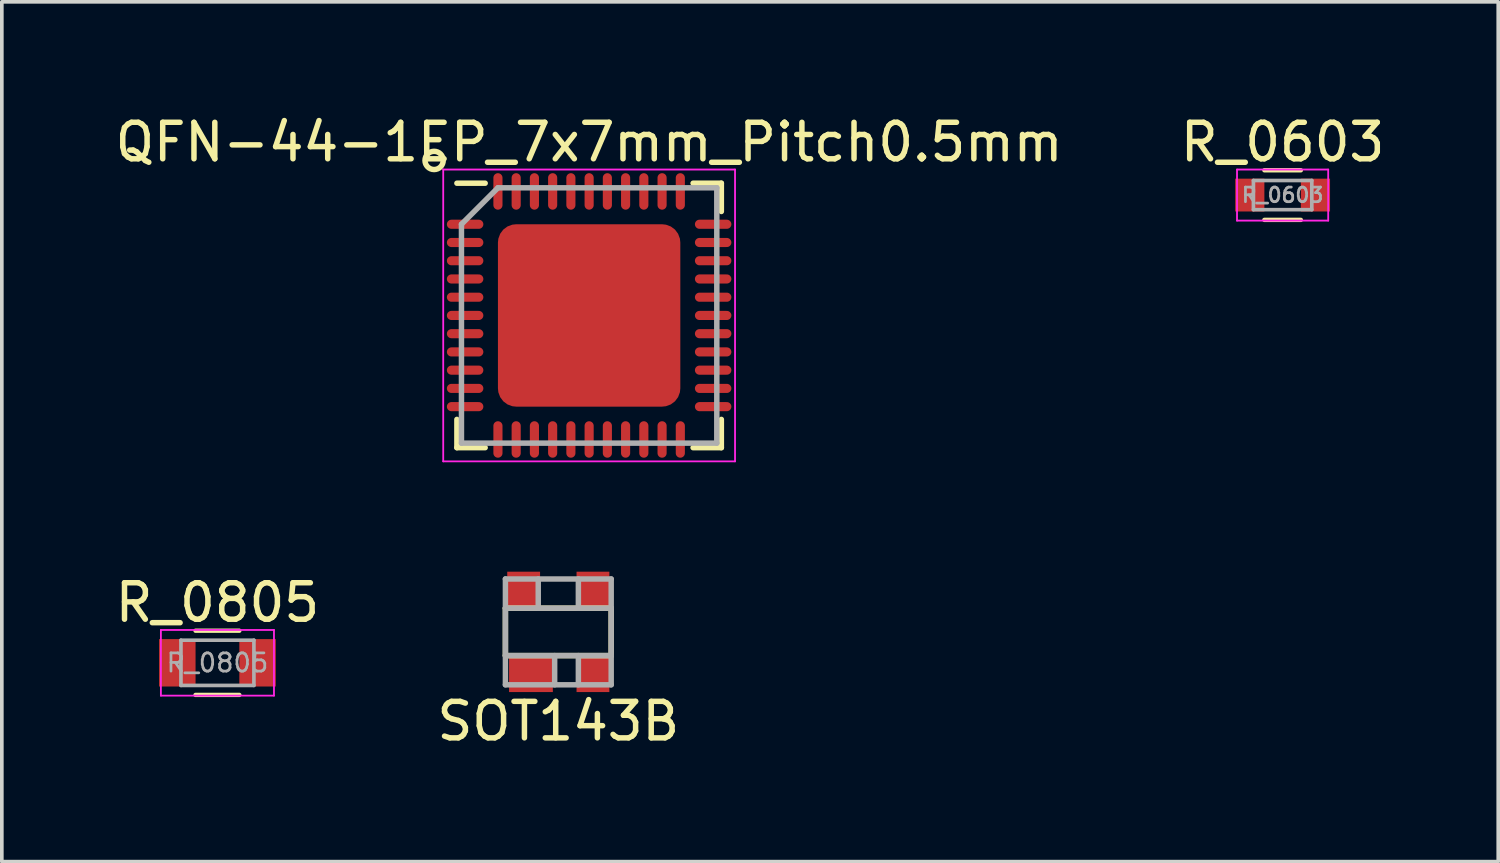
<source format=kicad_pcb>
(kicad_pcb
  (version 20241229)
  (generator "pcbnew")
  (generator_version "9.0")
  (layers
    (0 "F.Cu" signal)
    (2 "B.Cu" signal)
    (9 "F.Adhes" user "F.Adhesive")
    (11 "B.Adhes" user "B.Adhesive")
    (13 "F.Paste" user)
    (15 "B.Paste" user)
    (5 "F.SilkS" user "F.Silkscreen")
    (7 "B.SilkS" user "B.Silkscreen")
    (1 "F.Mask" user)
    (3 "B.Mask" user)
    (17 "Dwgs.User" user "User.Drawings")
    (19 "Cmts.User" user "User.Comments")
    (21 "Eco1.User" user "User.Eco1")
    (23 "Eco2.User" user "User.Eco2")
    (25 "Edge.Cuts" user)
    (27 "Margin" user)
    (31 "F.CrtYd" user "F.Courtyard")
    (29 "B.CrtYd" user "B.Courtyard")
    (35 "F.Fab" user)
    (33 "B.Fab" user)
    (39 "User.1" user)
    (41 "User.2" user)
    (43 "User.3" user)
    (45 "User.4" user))
  (footprint "R_0805"
    (layer "F.Cu")
    (at 2.911 15.121)
    (property "Reference" "R_0805" (at 0 -1.65 0) (layer "F.SilkS") (effects (font (size 1 1) (thickness 0.15))))
    (attr smd)
    (fp_line (start -0.6 -0.88) (end 0.6 -0.88) (stroke (width 0.12) (type solid)) (layer "F.SilkS"))
    (fp_line (start 0.6 0.88) (end -0.6 0.88) (stroke (width 0.12) (type solid)) (layer "F.SilkS"))
    (fp_line (start -1.55 -0.9) (end -1.55 0.9) (stroke (width 0.05) (type solid)) (layer "F.CrtYd"))
    (fp_line (start -1.55 -0.9) (end 1.55 -0.9) (stroke (width 0.05) (type solid)) (layer "F.CrtYd"))
    (fp_line (start 1.55 0.9) (end -1.55 0.9) (stroke (width 0.05) (type solid)) (layer "F.CrtYd"))
    (fp_line (start 1.55 0.9) (end 1.55 -0.9) (stroke (width 0.05) (type solid)) (layer "F.CrtYd"))
    (fp_line (start -1 -0.62) (end 1 -0.62) (stroke (width 0.1) (type solid)) (layer "F.Fab"))
    (fp_line (start -1 0.62) (end -1 -0.62) (stroke (width 0.1) (type solid)) (layer "F.Fab"))
    (fp_line (start 1 -0.62) (end 1 0.62) (stroke (width 0.1) (type solid)) (layer "F.Fab"))
    (fp_line (start 1 0.62) (end -1 0.62) (stroke (width 0.1) (type solid)) (layer "F.Fab"))
    (fp_text user "${REFERENCE}" (at 0 0 0) (layer "F.Fab") (effects (font (size 0.5 0.5) (thickness 0.075))))
    (pad "1" smd rect (at -1.1 0) (size 1 1.3) (layers "F.Cu" "F.Mask" "F.Paste"))
    (pad "2" smd rect (at 1.1 0) (size 1 1.3) (layers "F.Cu" "F.Mask" "F.Paste")))
  (footprint "SOT143B"
    (layer "F.Cu")
    (at 12.256 14.273)
    (property "Reference" "SOT143B" (at 0 2.45 0) (layer "F.SilkS") (effects (font (size 1 1) (thickness 0.15))))
    (attr smd)
    (fp_line (start -1.45 -0.65) (end -1.45 0.65) (stroke (width 0.15) (type solid)) (layer "F.SilkS"))
    (fp_line (start -1.45 -0.65) (end 1.45 -0.65) (stroke (width 0.15) (type solid)) (layer "F.SilkS"))
    (fp_line (start -1.45 0.65) (end 1.45 0.65) (stroke (width 0.15) (type solid)) (layer "F.SilkS"))
    (fp_line (start 1.45 0.65) (end 1.45 -0.65) (stroke (width 0.15) (type solid)) (layer "F.SilkS"))
    (fp_line (start -1.45 -1.45) (end 1.45 -1.45) (stroke (width 0.15) (type solid)) (layer "F.Fab"))
    (fp_line (start -1.45 -0.65) (end 1.45 -0.65) (stroke (width 0.15) (type solid)) (layer "F.Fab"))
    (fp_line (start -1.45 1.45) (end -1.45 -1.45) (stroke (width 0.15) (type solid)) (layer "F.Fab"))
    (fp_line (start -0.55 -0.65) (end -0.55 -1.45) (stroke (width 0.15) (type solid)) (layer "F.Fab"))
    (fp_line (start -0.1 0.65) (end -0.1 1.45) (stroke (width 0.15) (type solid)) (layer "F.Fab"))
    (fp_line (start 0.55 -1.45) (end 0.55 -0.65) (stroke (width 0.15) (type solid)) (layer "F.Fab"))
    (fp_line (start 0.55 1.45) (end 0.55 0.65) (stroke (width 0.15) (type solid)) (layer "F.Fab"))
    (fp_line (start 1.45 -1.45) (end 1.45 1.45) (stroke (width 0.15) (type solid)) (layer "F.Fab"))
    (fp_line (start 1.45 0.65) (end -1.45 0.65) (stroke (width 0.15) (type solid)) (layer "F.Fab"))
    (fp_line (start 1.45 1.45) (end -1.45 1.45) (stroke (width 0.15) (type solid)) (layer "F.Fab"))
    (pad "1" smd rect (at -0.75 1.15) (size 1.2 1) (layers "F.Cu" "F.Mask" "F.Paste"))
    (pad "2" smd rect (at 0.95 1.15) (size 0.9 1) (layers "F.Cu" "F.Mask" "F.Paste"))
    (pad "3" smd rect (at 0.95 -1.15) (size 0.9 1) (layers "F.Cu" "F.Mask" "F.Paste"))
    (pad "4" smd rect (at -0.95 -1.15) (size 0.9 1) (layers "F.Cu" "F.Mask" "F.Paste")))
  (footprint "QFN-44-1EP_7x7mm_Pitch0.5mm"
    (layer "F.Cu")
    (at 13.101 5.598)
    (property "Reference" "QFN-44-1EP_7x7mm_Pitch0.5mm" (at 0 -4.75 0) (layer "F.SilkS") (effects (font (size 1 1) (thickness 0.15))))
    (attr smd)
    (fp_line (start -3.625 -3.625) (end -2.85 -3.625) (stroke (width 0.15) (type solid)) (layer "F.SilkS"))
    (fp_line (start -3.625 3.625) (end -3.625 2.85) (stroke (width 0.15) (type solid)) (layer "F.SilkS"))
    (fp_line (start -3.625 3.625) (end -2.85 3.625) (stroke (width 0.15) (type solid)) (layer "F.SilkS"))
    (fp_line (start 3.625 -3.625) (end 2.85 -3.625) (stroke (width 0.15) (type solid)) (layer "F.SilkS"))
    (fp_line (start 3.625 -3.625) (end 3.625 -2.85) (stroke (width 0.15) (type solid)) (layer "F.SilkS"))
    (fp_line (start 3.625 3.625) (end 2.85 3.625) (stroke (width 0.15) (type solid)) (layer "F.SilkS"))
    (fp_line (start 3.625 3.625) (end 3.625 2.85) (stroke (width 0.15) (type solid)) (layer "F.SilkS"))
    (fp_circle (center -4.25 -4.25) (end -4.25 -4.5) (stroke (width 0.15) (type solid)) (fill no) (layer "F.SilkS"))
    (fp_line (start -4 -4) (end -4 4) (stroke (width 0.05) (type solid)) (layer "F.CrtYd"))
    (fp_line (start -4 -4) (end 4 -4) (stroke (width 0.05) (type solid)) (layer "F.CrtYd"))
    (fp_line (start -4 4) (end 4 4) (stroke (width 0.05) (type solid)) (layer "F.CrtYd"))
    (fp_line (start 4 -4) (end 4 4) (stroke (width 0.05) (type solid)) (layer "F.CrtYd"))
    (fp_line (start -3.5 -2.5) (end -2.5 -3.5) (stroke (width 0.15) (type solid)) (layer "F.Fab"))
    (fp_line (start -3.5 3.5) (end -3.5 -2.5) (stroke (width 0.15) (type solid)) (layer "F.Fab"))
    (fp_line (start -2.5 -3.5) (end 3.5 -3.5) (stroke (width 0.15) (type solid)) (layer "F.Fab"))
    (fp_line (start 3.5 -3.5) (end 3.5 3.5) (stroke (width 0.15) (type solid)) (layer "F.Fab"))
    (fp_line (start 3.5 3.5) (end -3.5 3.5) (stroke (width 0.15) (type solid)) (layer "F.Fab"))
    (pad "" smd circle (at 0 0) (size 5 5) (layers "F.Mask" "F.Paste"))
    (pad "1" smd oval (at -3.4 -2.5) (size 1 0.25) (layers "F.Cu" "F.Mask" "F.Paste"))
    (pad "2" smd oval (at -3.4 -2) (size 1 0.25) (layers "F.Cu" "F.Mask" "F.Paste"))
    (pad "3" smd oval (at -3.4 -1.5) (size 1 0.25) (layers "F.Cu" "F.Mask" "F.Paste"))
    (pad "4" smd oval (at -3.4 -1) (size 1 0.25) (layers "F.Cu" "F.Mask" "F.Paste"))
    (pad "5" smd oval (at -3.4 -0.5) (size 1 0.25) (layers "F.Cu" "F.Mask" "F.Paste"))
    (pad "6" smd oval (at -3.4 0) (size 1 0.25) (layers "F.Cu" "F.Mask" "F.Paste"))
    (pad "7" smd oval (at -3.4 0.5) (size 1 0.25) (layers "F.Cu" "F.Mask" "F.Paste"))
    (pad "8" smd oval (at -3.4 1) (size 1 0.25) (layers "F.Cu" "F.Mask" "F.Paste"))
    (pad "9" smd oval (at -3.4 1.5) (size 1 0.25) (layers "F.Cu" "F.Mask" "F.Paste"))
    (pad "10" smd oval (at -3.4 2) (size 1 0.25) (layers "F.Cu" "F.Mask" "F.Paste"))
    (pad "11" smd oval (at -3.4 2.5) (size 1 0.25) (layers "F.Cu" "F.Mask" "F.Paste"))
    (pad "12" smd oval (at -2.5 3.4 90) (size 1 0.25) (layers "F.Cu" "F.Mask" "F.Paste"))
    (pad "13" smd oval (at -2 3.4 90) (size 1 0.25) (layers "F.Cu" "F.Mask" "F.Paste"))
    (pad "14" smd oval (at -1.5 3.4 90) (size 1 0.25) (layers "F.Cu" "F.Mask" "F.Paste"))
    (pad "15" smd oval (at -1 3.4 90) (size 1 0.25) (layers "F.Cu" "F.Mask" "F.Paste"))
    (pad "16" smd oval (at -0.5 3.4 90) (size 1 0.25) (layers "F.Cu" "F.Mask" "F.Paste"))
    (pad "17" smd oval (at 0 3.4 90) (size 1 0.25) (layers "F.Cu" "F.Mask" "F.Paste"))
    (pad "18" smd oval (at 0.5 3.4 90) (size 1 0.25) (layers "F.Cu" "F.Mask" "F.Paste"))
    (pad "19" smd oval (at 1 3.4 90) (size 1 0.25) (layers "F.Cu" "F.Mask" "F.Paste"))
    (pad "20" smd oval (at 1.5 3.4 90) (size 1 0.25) (layers "F.Cu" "F.Mask" "F.Paste"))
    (pad "21" smd oval (at 2 3.4 90) (size 1 0.25) (layers "F.Cu" "F.Mask" "F.Paste"))
    (pad "22" smd oval (at 2.5 3.4 90) (size 1 0.25) (layers "F.Cu" "F.Mask" "F.Paste"))
    (pad "23" smd oval (at 3.4 2.5) (size 1 0.25) (layers "F.Cu" "F.Mask" "F.Paste"))
    (pad "24" smd oval (at 3.4 2) (size 1 0.25) (layers "F.Cu" "F.Mask" "F.Paste"))
    (pad "25" smd oval (at 3.4 1.5) (size 1 0.25) (layers "F.Cu" "F.Mask" "F.Paste"))
    (pad "26" smd oval (at 3.4 1) (size 1 0.25) (layers "F.Cu" "F.Mask" "F.Paste"))
    (pad "27" smd oval (at 3.4 0.5) (size 1 0.25) (layers "F.Cu" "F.Mask" "F.Paste"))
    (pad "28" smd oval (at 3.4 0) (size 1 0.25) (layers "F.Cu" "F.Mask" "F.Paste"))
    (pad "29" smd oval (at 3.4 -0.5) (size 1 0.25) (layers "F.Cu" "F.Mask" "F.Paste"))
    (pad "30" smd oval (at 3.4 -1) (size 1 0.25) (layers "F.Cu" "F.Mask" "F.Paste"))
    (pad "31" smd oval (at 3.4 -1.5) (size 1 0.25) (layers "F.Cu" "F.Mask" "F.Paste"))
    (pad "32" smd oval (at 3.4 -2) (size 1 0.25) (layers "F.Cu" "F.Mask" "F.Paste"))
    (pad "33" smd oval (at 3.4 -2.5) (size 1 0.25) (layers "F.Cu" "F.Mask" "F.Paste"))
    (pad "34" smd oval (at 2.5 -3.4 90) (size 1 0.25) (layers "F.Cu" "F.Mask" "F.Paste"))
    (pad "35" smd oval (at 2 -3.4 90) (size 1 0.25) (layers "F.Cu" "F.Mask" "F.Paste"))
    (pad "36" smd oval (at 1.5 -3.4 90) (size 1 0.25) (layers "F.Cu" "F.Mask" "F.Paste"))
    (pad "37" smd oval (at 1 -3.4 90) (size 1 0.25) (layers "F.Cu" "F.Mask" "F.Paste"))
    (pad "38" smd oval (at 0.5 -3.4 90) (size 1 0.25) (layers "F.Cu" "F.Mask" "F.Paste"))
    (pad "39" smd oval (at 0 -3.4 90) (size 1 0.25) (layers "F.Cu" "F.Mask" "F.Paste"))
    (pad "40" smd oval (at -0.5 -3.4 90) (size 1 0.25) (layers "F.Cu" "F.Mask" "F.Paste"))
    (pad "41" smd oval (at -1 -3.4 90) (size 1 0.25) (layers "F.Cu" "F.Mask" "F.Paste"))
    (pad "42" smd oval (at -1.5 -3.4 90) (size 1 0.25) (layers "F.Cu" "F.Mask" "F.Paste"))
    (pad "43" smd oval (at -2 -3.4 90) (size 1 0.25) (layers "F.Cu" "F.Mask" "F.Paste"))
    (pad "44" smd oval (at -2.5 -3.4 90) (size 1 0.25) (layers "F.Cu" "F.Mask" "F.Paste"))
    (pad "45" smd roundrect (at 0 0) (size 5 5) (layers "F.Cu") (roundrect_rratio 0.1)))
  (footprint "R_0603"
    (layer "F.Cu")
    (at 32.113 2.298)
    (property "Reference" "R_0603" (at 0 -1.45 0) (layer "F.SilkS") (effects (font (size 1 1) (thickness 0.15))))
    (attr smd)
    (fp_line (start -0.5 -0.68) (end 0.5 -0.68) (stroke (width 0.12) (type solid)) (layer "F.SilkS"))
    (fp_line (start 0.5 0.68) (end -0.5 0.68) (stroke (width 0.12) (type solid)) (layer "F.SilkS"))
    (fp_line (start -1.25 -0.7) (end -1.25 0.7) (stroke (width 0.05) (type solid)) (layer "F.CrtYd"))
    (fp_line (start -1.25 -0.7) (end 1.25 -0.7) (stroke (width 0.05) (type solid)) (layer "F.CrtYd"))
    (fp_line (start 1.25 0.7) (end -1.25 0.7) (stroke (width 0.05) (type solid)) (layer "F.CrtYd"))
    (fp_line (start 1.25 0.7) (end 1.25 -0.7) (stroke (width 0.05) (type solid)) (layer "F.CrtYd"))
    (fp_line (start -0.8 -0.4) (end 0.8 -0.4) (stroke (width 0.1) (type solid)) (layer "F.Fab"))
    (fp_line (start -0.8 0.4) (end -0.8 -0.4) (stroke (width 0.1) (type solid)) (layer "F.Fab"))
    (fp_line (start 0.8 -0.4) (end 0.8 0.4) (stroke (width 0.1) (type solid)) (layer "F.Fab"))
    (fp_line (start 0.8 0.4) (end -0.8 0.4) (stroke (width 0.1) (type solid)) (layer "F.Fab"))
    (fp_text user "${REFERENCE}" (at 0 0 0) (layer "F.Fab") (effects (font (size 0.4 0.4) (thickness 0.075))))
    (pad "1" smd rect (at -0.9 0) (size 0.8 0.9) (layers "F.Cu" "F.Mask" "F.Paste"))
    (pad "2" smd rect (at 0.9 0) (size 0.8 0.9) (layers "F.Cu" "F.Mask" "F.Paste")))
  (gr_rect
    (start -3 -3)
    (end 38.024 20.572)
    (stroke (width 0.1) (type default))
    (fill no)
    (layer "Edge.Cuts")))
</source>
